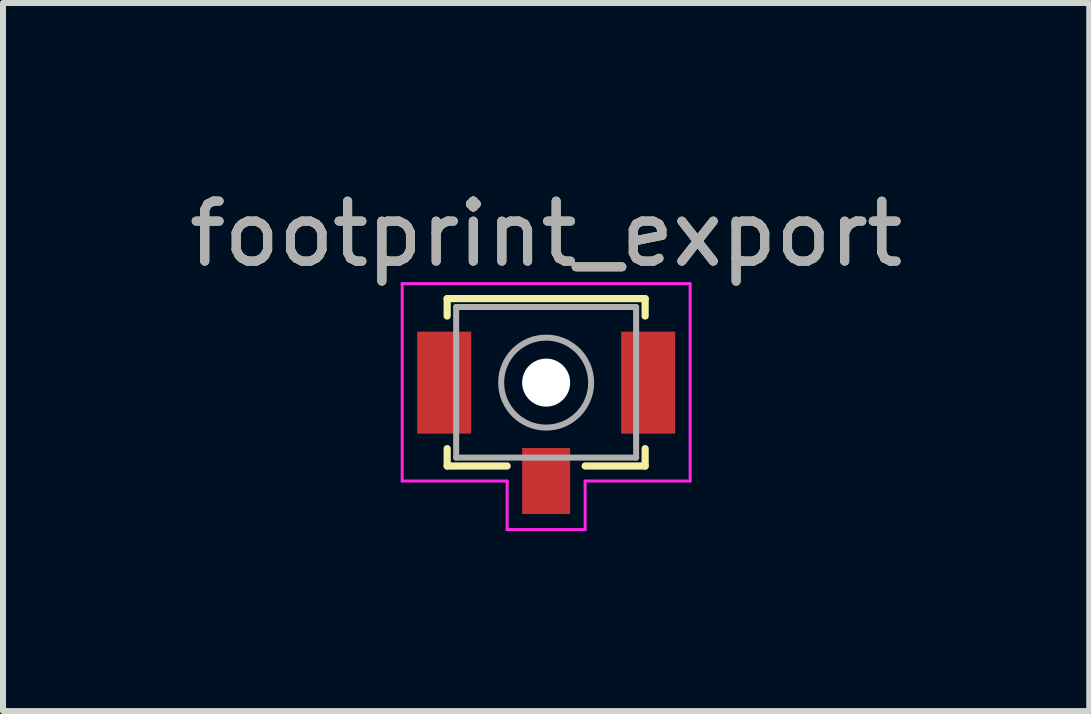
<source format=kicad_pcb>
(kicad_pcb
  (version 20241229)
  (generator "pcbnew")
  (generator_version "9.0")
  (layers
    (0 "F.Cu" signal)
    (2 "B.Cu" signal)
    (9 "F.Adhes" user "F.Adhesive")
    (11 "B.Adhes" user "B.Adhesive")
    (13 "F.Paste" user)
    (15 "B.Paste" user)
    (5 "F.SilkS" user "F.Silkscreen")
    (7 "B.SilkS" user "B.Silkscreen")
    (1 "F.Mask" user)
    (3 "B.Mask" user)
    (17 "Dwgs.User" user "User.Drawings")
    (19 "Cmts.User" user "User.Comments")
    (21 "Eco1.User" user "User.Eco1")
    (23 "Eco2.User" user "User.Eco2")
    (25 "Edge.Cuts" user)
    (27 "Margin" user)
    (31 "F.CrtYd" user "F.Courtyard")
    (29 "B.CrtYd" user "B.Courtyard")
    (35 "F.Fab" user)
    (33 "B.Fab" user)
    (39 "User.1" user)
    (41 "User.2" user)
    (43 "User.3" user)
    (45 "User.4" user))
  (footprint "footprint_export"
    (layer "F.Cu")
    (at 6.054 4.148)
    (property "Reference" "footprint_export" (at 0 -3.3 0) (layer "F.SilkS") (effects (font (size 1 1) (thickness 0.15))))
    (attr smd)
    (fp_line (start -1.65 -2.22) (end 1.65 -2.22) (stroke (width 0.12) (type solid)) (layer "F.SilkS"))
    (fp_line (start -1.65 -1.93) (end -1.65 -2.22) (stroke (width 0.12) (type solid)) (layer "F.SilkS"))
    (fp_line (start -1.65 0.28) (end -1.65 0.57) (stroke (width 0.12) (type solid)) (layer "F.SilkS"))
    (fp_line (start -1.65 0.57) (end -0.65 0.57) (stroke (width 0.12) (type solid)) (layer "F.SilkS"))
    (fp_line (start 1.65 -2.22) (end 1.65 -1.93) (stroke (width 0.12) (type solid)) (layer "F.SilkS"))
    (fp_line (start 1.65 0.57) (end 0.65 0.57) (stroke (width 0.12) (type solid)) (layer "F.SilkS"))
    (fp_line (start 1.65 0.57) (end 1.65 0.28) (stroke (width 0.12) (type solid)) (layer "F.SilkS"))
    (fp_line (start -2.4 -2.47) (end -2.4 0.82) (stroke (width 0.05) (type solid)) (layer "F.CrtYd"))
    (fp_line (start -2.4 0.82) (end -0.65 0.82) (stroke (width 0.05) (type solid)) (layer "F.CrtYd"))
    (fp_line (start -0.65 0.82) (end -0.65 1.63) (stroke (width 0.05) (type solid)) (layer "F.CrtYd"))
    (fp_line (start -0.65 1.63) (end 0.65 1.63) (stroke (width 0.05) (type solid)) (layer "F.CrtYd"))
    (fp_line (start 0.65 0.82) (end 2.4 0.82) (stroke (width 0.05) (type solid)) (layer "F.CrtYd"))
    (fp_line (start 0.65 1.63) (end 0.65 0.82) (stroke (width 0.05) (type solid)) (layer "F.CrtYd"))
    (fp_line (start 2.4 -2.47) (end -2.4 -2.47) (stroke (width 0.05) (type solid)) (layer "F.CrtYd"))
    (fp_line (start 2.4 0.82) (end 2.4 -2.47) (stroke (width 0.05) (type solid)) (layer "F.CrtYd"))
    (fp_line (start -1.5 -2.08) (end 1.5 -2.08) (stroke (width 0.1) (type solid)) (layer "F.Fab"))
    (fp_line (start -1.5 0.43) (end -1.5 -2.08) (stroke (width 0.1) (type solid)) (layer "F.Fab"))
    (fp_line (start 1.5 -2.08) (end 1.5 0.43) (stroke (width 0.1) (type solid)) (layer "F.Fab"))
    (fp_line (start 1.5 0.43) (end -1.5 0.43) (stroke (width 0.1) (type solid)) (layer "F.Fab"))
    (fp_circle (center 0 -0.82) (end 0.75 -0.82) (stroke (width 0.1) (type solid)) (fill no) (layer "F.Fab"))
    (fp_text user "${REFERENCE}" (at 0 -3.3 0) (layer "F.Fab") (effects (font (size 1 1) (thickness 0.15))))
    (pad "" np_thru_hole circle (at 0 -0.82) (size 0.8 0.8) (drill 0.8) (layers "*.Cu" "*.Mask"))
    (pad "1" smd rect (at -1.7 -0.82) (size 0.9 1.7) (layers "F.Cu" "F.Mask" "F.Paste"))
    (pad "2" smd rect (at 1.7 -0.82) (size 0.9 1.7) (layers "F.Cu" "F.Mask" "F.Paste"))
    (pad "3" smd rect (at 0 0.82) (size 0.8 1.1) (layers "F.Cu" "F.Mask" "F.Paste")))
  (gr_rect
    (start -3 -3)
    (end 15.107 8.803)
    (stroke (width 0.1) (type default))
    (fill no)
    (layer "Edge.Cuts")))
</source>
